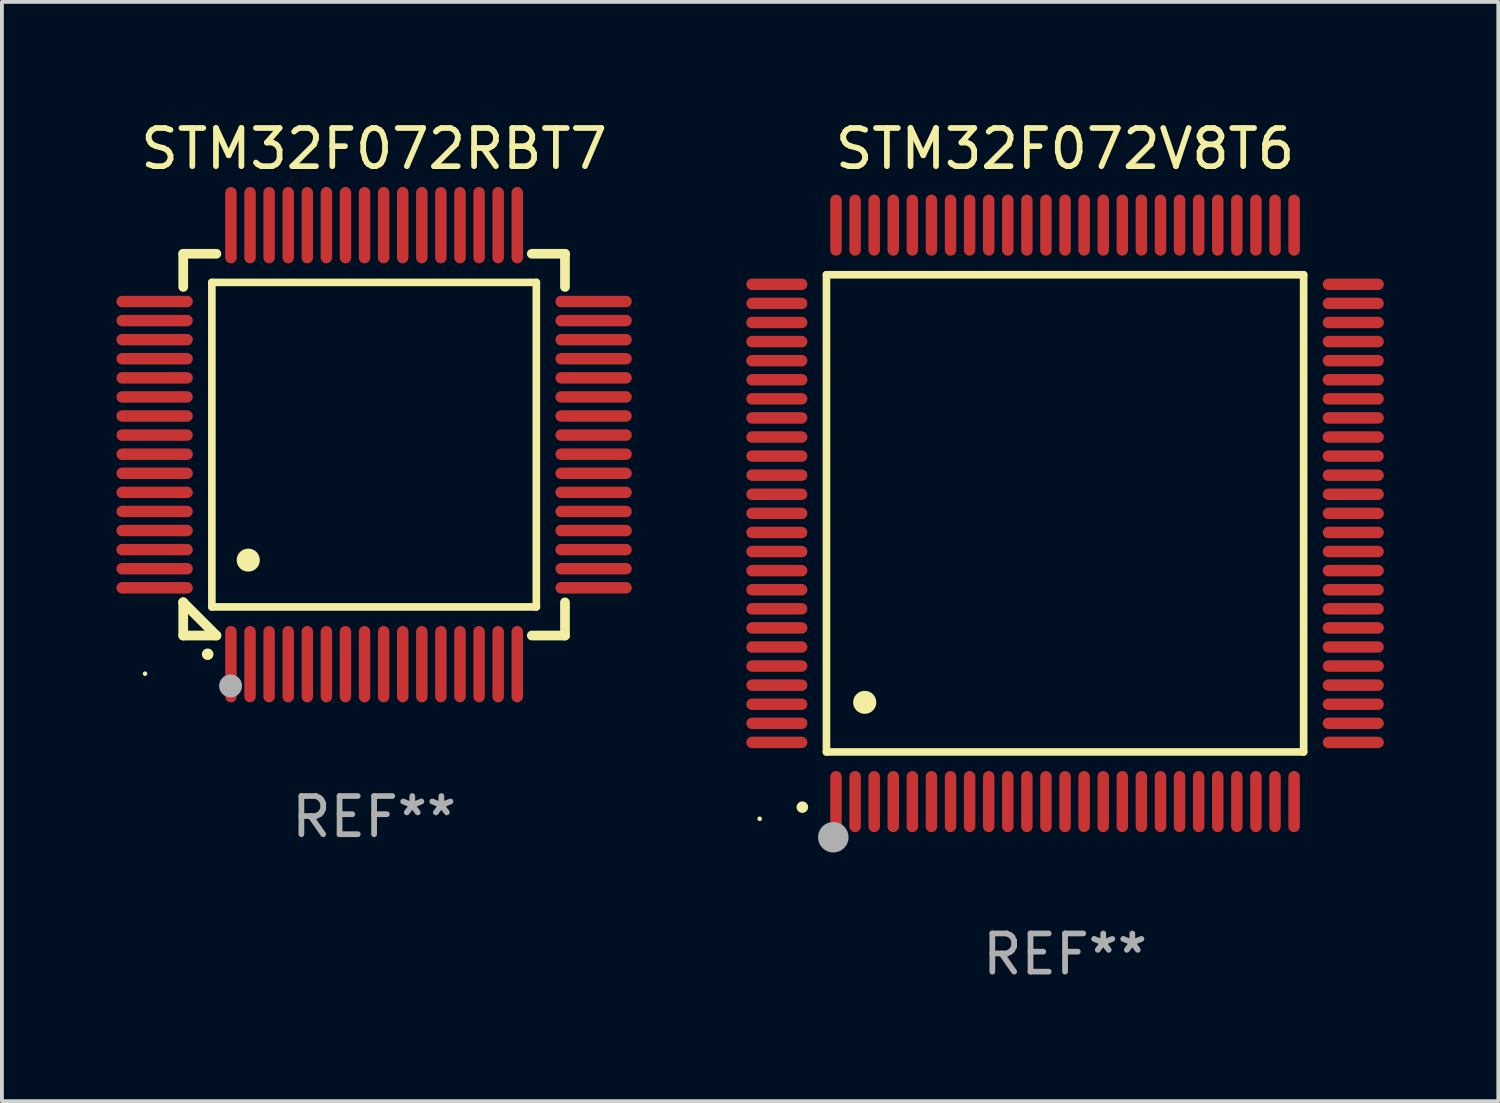
<source format=kicad_pcb>
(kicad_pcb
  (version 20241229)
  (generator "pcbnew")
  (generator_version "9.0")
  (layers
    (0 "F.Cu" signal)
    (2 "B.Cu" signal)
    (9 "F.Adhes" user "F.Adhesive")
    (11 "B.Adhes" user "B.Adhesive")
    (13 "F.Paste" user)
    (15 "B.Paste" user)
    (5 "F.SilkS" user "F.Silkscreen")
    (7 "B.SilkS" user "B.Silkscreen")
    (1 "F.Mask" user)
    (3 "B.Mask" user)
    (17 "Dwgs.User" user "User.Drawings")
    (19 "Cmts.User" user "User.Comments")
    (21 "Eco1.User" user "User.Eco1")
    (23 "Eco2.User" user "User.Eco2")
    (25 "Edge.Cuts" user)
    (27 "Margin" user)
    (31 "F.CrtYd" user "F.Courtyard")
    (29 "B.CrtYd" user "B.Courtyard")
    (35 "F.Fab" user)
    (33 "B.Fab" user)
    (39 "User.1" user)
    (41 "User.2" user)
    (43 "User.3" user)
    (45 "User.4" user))
  (footprint "STM32F072RBT7"
    (layer "F.Cu")
    (at 6.75 8.598)
    (property "Reference" "STM32F072RBT7" (at 0 -7.75 0) (layer "F.SilkS") (effects (font (size 1 1) (thickness 0.15))))
    (attr through_hole)
    (fp_line (start -5 -5) (end -4.131 -5) (stroke (width 0.254) (type solid)) (layer "F.SilkS"))
    (fp_line (start -5 -4.131) (end -5 -5) (stroke (width 0.254) (type solid)) (layer "F.SilkS"))
    (fp_line (start -5 4.131) (end -5 4.131) (stroke (width 0.254) (type solid)) (layer "F.SilkS"))
    (fp_line (start -5 5) (end -5 4.131) (stroke (width 0.254) (type solid)) (layer "F.SilkS"))
    (fp_line (start -5 4.131) (end -4.131 5) (stroke (width 0.254) (type solid)) (layer "F.SilkS"))
    (fp_line (start -4.25 -4.25) (end -4.25 4.25) (stroke (width 0.2) (type solid)) (layer "F.SilkS"))
    (fp_line (start -4.25 4.25) (end 4.25 4.25) (stroke (width 0.2) (type solid)) (layer "F.SilkS"))
    (fp_line (start -4.131 5) (end -5 5) (stroke (width 0.254) (type solid)) (layer "F.SilkS"))
    (fp_line (start 4.25 -4.25) (end -4.25 -4.25) (stroke (width 0.2) (type solid)) (layer "F.SilkS"))
    (fp_line (start 4.25 4.25) (end 4.25 -4.25) (stroke (width 0.2) (type solid)) (layer "F.SilkS"))
    (fp_line (start 5 -5) (end 4.131 -5) (stroke (width 0.254) (type solid)) (layer "F.SilkS"))
    (fp_line (start 5 -5) (end 5 -4.131) (stroke (width 0.254) (type solid)) (layer "F.SilkS"))
    (fp_line (start 5 4.131) (end 5 5) (stroke (width 0.254) (type solid)) (layer "F.SilkS"))
    (fp_line (start 5 5) (end 4.131 5) (stroke (width 0.254) (type solid)) (layer "F.SilkS"))
    (fp_arc (start -4.361265 5.489992) (mid -4.359995 5.489987) (end -4.358725 5.489992) (stroke (width 0.3) (type solid)) (layer "F.SilkS"))
    (fp_arc (start -3.299467 3.025146) (mid -3.296927 3.025135) (end -3.294387 3.025146) (stroke (width 0.6) (type solid)) (layer "F.SilkS"))
    (fp_circle (center -6 6) (end -5.97 6) (stroke (width 0.06) (type solid)) (fill no) (layer "F.SilkS"))
    (fp_circle (center -3.76 6.32) (end -3.61 6.32) (stroke (width 0.3) (type solid)) (fill no) (layer "F.Fab"))
    (fp_text user "REF**" (at 0 9.75 0) (layer "F.Fab") (effects (font (size 1 1) (thickness 0.15))))
    (pad "1" smd oval (at -3.75 5.75) (size 0.3 2) (layers "F.Cu" "F.Mask" "F.Paste"))
    (pad "2" smd oval (at -3.25 5.75) (size 0.3 2) (layers "F.Cu" "F.Mask" "F.Paste"))
    (pad "3" smd oval (at -2.75 5.75) (size 0.3 2) (layers "F.Cu" "F.Mask" "F.Paste"))
    (pad "4" smd oval (at -2.25 5.75) (size 0.3 2) (layers "F.Cu" "F.Mask" "F.Paste"))
    (pad "5" smd oval (at -1.75 5.75) (size 0.3 2) (layers "F.Cu" "F.Mask" "F.Paste"))
    (pad "6" smd oval (at -1.25 5.75) (size 0.3 2) (layers "F.Cu" "F.Mask" "F.Paste"))
    (pad "7" smd oval (at -0.75 5.75) (size 0.3 2) (layers "F.Cu" "F.Mask" "F.Paste"))
    (pad "8" smd oval (at -0.25 5.75) (size 0.3 2) (layers "F.Cu" "F.Mask" "F.Paste"))
    (pad "9" smd oval (at 0.25 5.75) (size 0.3 2) (layers "F.Cu" "F.Mask" "F.Paste"))
    (pad "10" smd oval (at 0.75 5.75) (size 0.3 2) (layers "F.Cu" "F.Mask" "F.Paste"))
    (pad "11" smd oval (at 1.25 5.75) (size 0.3 2) (layers "F.Cu" "F.Mask" "F.Paste"))
    (pad "12" smd oval (at 1.75 5.75) (size 0.3 2) (layers "F.Cu" "F.Mask" "F.Paste"))
    (pad "13" smd oval (at 2.25 5.75) (size 0.3 2) (layers "F.Cu" "F.Mask" "F.Paste"))
    (pad "14" smd oval (at 2.75 5.75) (size 0.3 2) (layers "F.Cu" "F.Mask" "F.Paste"))
    (pad "15" smd oval (at 3.25 5.75) (size 0.3 2) (layers "F.Cu" "F.Mask" "F.Paste"))
    (pad "16" smd oval (at 3.75 5.75) (size 0.3 2) (layers "F.Cu" "F.Mask" "F.Paste"))
    (pad "17" smd oval (at 5.75 3.75) (size 2 0.3) (layers "F.Cu" "F.Mask" "F.Paste"))
    (pad "18" smd oval (at 5.75 3.25) (size 2 0.3) (layers "F.Cu" "F.Mask" "F.Paste"))
    (pad "19" smd oval (at 5.75 2.75) (size 2 0.3) (layers "F.Cu" "F.Mask" "F.Paste"))
    (pad "20" smd oval (at 5.75 2.25) (size 2 0.3) (layers "F.Cu" "F.Mask" "F.Paste"))
    (pad "21" smd oval (at 5.75 1.75) (size 2 0.3) (layers "F.Cu" "F.Mask" "F.Paste"))
    (pad "22" smd oval (at 5.75 1.25) (size 2 0.3) (layers "F.Cu" "F.Mask" "F.Paste"))
    (pad "23" smd oval (at 5.75 0.75) (size 2 0.3) (layers "F.Cu" "F.Mask" "F.Paste"))
    (pad "24" smd oval (at 5.75 0.25) (size 2 0.3) (layers "F.Cu" "F.Mask" "F.Paste"))
    (pad "25" smd oval (at 5.75 -0.25) (size 2 0.3) (layers "F.Cu" "F.Mask" "F.Paste"))
    (pad "26" smd oval (at 5.75 -0.75) (size 2 0.3) (layers "F.Cu" "F.Mask" "F.Paste"))
    (pad "27" smd oval (at 5.75 -1.25) (size 2 0.3) (layers "F.Cu" "F.Mask" "F.Paste"))
    (pad "28" smd oval (at 5.75 -1.75) (size 2 0.3) (layers "F.Cu" "F.Mask" "F.Paste"))
    (pad "29" smd oval (at 5.75 -2.25) (size 2 0.3) (layers "F.Cu" "F.Mask" "F.Paste"))
    (pad "30" smd oval (at 5.75 -2.75) (size 2 0.3) (layers "F.Cu" "F.Mask" "F.Paste"))
    (pad "31" smd oval (at 5.75 -3.25) (size 2 0.3) (layers "F.Cu" "F.Mask" "F.Paste"))
    (pad "32" smd oval (at 5.75 -3.75) (size 2 0.3) (layers "F.Cu" "F.Mask" "F.Paste"))
    (pad "33" smd oval (at 3.75 -5.75) (size 0.3 2) (layers "F.Cu" "F.Mask" "F.Paste"))
    (pad "34" smd oval (at 3.25 -5.75) (size 0.3 2) (layers "F.Cu" "F.Mask" "F.Paste"))
    (pad "35" smd oval (at 2.75 -5.75) (size 0.3 2) (layers "F.Cu" "F.Mask" "F.Paste"))
    (pad "36" smd oval (at 2.25 -5.75) (size 0.3 2) (layers "F.Cu" "F.Mask" "F.Paste"))
    (pad "37" smd oval (at 1.75 -5.75) (size 0.3 2) (layers "F.Cu" "F.Mask" "F.Paste"))
    (pad "38" smd oval (at 1.25 -5.75) (size 0.3 2) (layers "F.Cu" "F.Mask" "F.Paste"))
    (pad "39" smd oval (at 0.75 -5.75) (size 0.3 2) (layers "F.Cu" "F.Mask" "F.Paste"))
    (pad "40" smd oval (at 0.25 -5.75) (size 0.3 2) (layers "F.Cu" "F.Mask" "F.Paste"))
    (pad "41" smd oval (at -0.25 -5.75) (size 0.3 2) (layers "F.Cu" "F.Mask" "F.Paste"))
    (pad "42" smd oval (at -0.75 -5.75) (size 0.3 2) (layers "F.Cu" "F.Mask" "F.Paste"))
    (pad "43" smd oval (at -1.25 -5.75) (size 0.3 2) (layers "F.Cu" "F.Mask" "F.Paste"))
    (pad "44" smd oval (at -1.75 -5.75) (size 0.3 2) (layers "F.Cu" "F.Mask" "F.Paste"))
    (pad "45" smd oval (at -2.25 -5.75) (size 0.3 2) (layers "F.Cu" "F.Mask" "F.Paste"))
    (pad "46" smd oval (at -2.75 -5.75) (size 0.3 2) (layers "F.Cu" "F.Mask" "F.Paste"))
    (pad "47" smd oval (at -3.25 -5.75) (size 0.3 2) (layers "F.Cu" "F.Mask" "F.Paste"))
    (pad "48" smd oval (at -3.75 -5.75) (size 0.3 2) (layers "F.Cu" "F.Mask" "F.Paste"))
    (pad "49" smd oval (at -5.75 -3.75) (size 2 0.3) (layers "F.Cu" "F.Mask" "F.Paste"))
    (pad "50" smd oval (at -5.75 -3.25) (size 2 0.3) (layers "F.Cu" "F.Mask" "F.Paste"))
    (pad "51" smd oval (at -5.75 -2.75) (size 2 0.3) (layers "F.Cu" "F.Mask" "F.Paste"))
    (pad "52" smd oval (at -5.75 -2.25) (size 2 0.3) (layers "F.Cu" "F.Mask" "F.Paste"))
    (pad "53" smd oval (at -5.75 -1.75) (size 2 0.3) (layers "F.Cu" "F.Mask" "F.Paste"))
    (pad "54" smd oval (at -5.75 -1.25) (size 2 0.3) (layers "F.Cu" "F.Mask" "F.Paste"))
    (pad "55" smd oval (at -5.75 -0.75) (size 2 0.3) (layers "F.Cu" "F.Mask" "F.Paste"))
    (pad "56" smd oval (at -5.75 -0.25) (size 2 0.3) (layers "F.Cu" "F.Mask" "F.Paste"))
    (pad "57" smd oval (at -5.75 0.25) (size 2 0.3) (layers "F.Cu" "F.Mask" "F.Paste"))
    (pad "58" smd oval (at -5.75 0.75) (size 2 0.3) (layers "F.Cu" "F.Mask" "F.Paste"))
    (pad "59" smd oval (at -5.75 1.25) (size 2 0.3) (layers "F.Cu" "F.Mask" "F.Paste"))
    (pad "60" smd oval (at -5.75 1.75) (size 2 0.3) (layers "F.Cu" "F.Mask" "F.Paste"))
    (pad "61" smd oval (at -5.75 2.25) (size 2 0.3) (layers "F.Cu" "F.Mask" "F.Paste"))
    (pad "62" smd oval (at -5.75 2.75) (size 2 0.3) (layers "F.Cu" "F.Mask" "F.Paste"))
    (pad "63" smd oval (at -5.75 3.25) (size 2 0.3) (layers "F.Cu" "F.Mask" "F.Paste"))
    (pad "64" smd oval (at -5.75 3.75) (size 2 0.3) (layers "F.Cu" "F.Mask" "F.Paste")))
  (footprint "STM32F072V8T6"
    (layer "F.Cu")
    (at 24.85 10.398)
    (property "Reference" "STM32F072V8T6" (at 0 -9.55 0) (layer "F.SilkS") (effects (font (size 1 1) (thickness 0.15))))
    (attr through_hole)
    (fp_line (start -6.25 -6.25) (end -6.25 6.25) (stroke (width 0.2) (type solid)) (layer "F.SilkS"))
    (fp_line (start -6.25 6.25) (end 6.25 6.25) (stroke (width 0.2) (type solid)) (layer "F.SilkS"))
    (fp_line (start 6.25 -6.25) (end -6.25 -6.25) (stroke (width 0.2) (type solid)) (layer "F.SilkS"))
    (fp_line (start 6.25 6.25) (end 6.25 -6.25) (stroke (width 0.2) (type solid)) (layer "F.SilkS"))
    (fp_arc (start -6.883414 7.696215) (mid -6.882144 7.69621) (end -6.880874 7.696215) (stroke (width 0.3) (type solid)) (layer "F.SilkS"))
    (fp_arc (start -5.250191 4.95047) (mid -5.247651 4.950459) (end -5.245111 4.95047) (stroke (width 0.6) (type solid)) (layer "F.SilkS"))
    (fp_circle (center -8 8) (end -7.97 8) (stroke (width 0.06) (type solid)) (fill no) (layer "F.SilkS"))
    (fp_circle (center -6.071 8.484) (end -5.871 8.484) (stroke (width 0.4) (type solid)) (fill no) (layer "F.Fab"))
    (fp_text user "REF**" (at 0 11.55 0) (layer "F.Fab") (effects (font (size 1 1) (thickness 0.15))))
    (pad "1" smd oval (at -6 7.55) (size 0.3 1.6) (layers "F.Cu" "F.Mask" "F.Paste"))
    (pad "2" smd oval (at -5.5 7.55) (size 0.3 1.6) (layers "F.Cu" "F.Mask" "F.Paste"))
    (pad "3" smd oval (at -5 7.55) (size 0.3 1.6) (layers "F.Cu" "F.Mask" "F.Paste"))
    (pad "4" smd oval (at -4.5 7.55) (size 0.3 1.6) (layers "F.Cu" "F.Mask" "F.Paste"))
    (pad "5" smd oval (at -4 7.55) (size 0.3 1.6) (layers "F.Cu" "F.Mask" "F.Paste"))
    (pad "6" smd oval (at -3.5 7.55) (size 0.3 1.6) (layers "F.Cu" "F.Mask" "F.Paste"))
    (pad "7" smd oval (at -3 7.55) (size 0.3 1.6) (layers "F.Cu" "F.Mask" "F.Paste"))
    (pad "8" smd oval (at -2.5 7.55) (size 0.3 1.6) (layers "F.Cu" "F.Mask" "F.Paste"))
    (pad "9" smd oval (at -2 7.55) (size 0.3 1.6) (layers "F.Cu" "F.Mask" "F.Paste"))
    (pad "10" smd oval (at -1.5 7.55) (size 0.3 1.6) (layers "F.Cu" "F.Mask" "F.Paste"))
    (pad "11" smd oval (at -1 7.55) (size 0.3 1.6) (layers "F.Cu" "F.Mask" "F.Paste"))
    (pad "12" smd oval (at -0.5 7.55) (size 0.3 1.6) (layers "F.Cu" "F.Mask" "F.Paste"))
    (pad "13" smd oval (at 0 7.55) (size 0.3 1.6) (layers "F.Cu" "F.Mask" "F.Paste"))
    (pad "14" smd oval (at 0.5 7.55) (size 0.3 1.6) (layers "F.Cu" "F.Mask" "F.Paste"))
    (pad "15" smd oval (at 1 7.55) (size 0.3 1.6) (layers "F.Cu" "F.Mask" "F.Paste"))
    (pad "16" smd oval (at 1.5 7.55) (size 0.3 1.6) (layers "F.Cu" "F.Mask" "F.Paste"))
    (pad "17" smd oval (at 2 7.55) (size 0.3 1.6) (layers "F.Cu" "F.Mask" "F.Paste"))
    (pad "18" smd oval (at 2.5 7.55) (size 0.3 1.6) (layers "F.Cu" "F.Mask" "F.Paste"))
    (pad "19" smd oval (at 3 7.55) (size 0.3 1.6) (layers "F.Cu" "F.Mask" "F.Paste"))
    (pad "20" smd oval (at 3.5 7.55) (size 0.3 1.6) (layers "F.Cu" "F.Mask" "F.Paste"))
    (pad "21" smd oval (at 4 7.55) (size 0.3 1.6) (layers "F.Cu" "F.Mask" "F.Paste"))
    (pad "22" smd oval (at 4.5 7.55) (size 0.3 1.6) (layers "F.Cu" "F.Mask" "F.Paste"))
    (pad "23" smd oval (at 5 7.55) (size 0.3 1.6) (layers "F.Cu" "F.Mask" "F.Paste"))
    (pad "24" smd oval (at 5.5 7.55) (size 0.3 1.6) (layers "F.Cu" "F.Mask" "F.Paste"))
    (pad "25" smd oval (at 6 7.55) (size 0.3 1.6) (layers "F.Cu" "F.Mask" "F.Paste"))
    (pad "26" smd oval (at 7.55 6) (size 1.6 0.3) (layers "F.Cu" "F.Mask" "F.Paste"))
    (pad "27" smd oval (at 7.55 5.5) (size 1.6 0.3) (layers "F.Cu" "F.Mask" "F.Paste"))
    (pad "28" smd oval (at 7.55 5) (size 1.6 0.3) (layers "F.Cu" "F.Mask" "F.Paste"))
    (pad "29" smd oval (at 7.55 4.5) (size 1.6 0.3) (layers "F.Cu" "F.Mask" "F.Paste"))
    (pad "30" smd oval (at 7.55 4) (size 1.6 0.3) (layers "F.Cu" "F.Mask" "F.Paste"))
    (pad "31" smd oval (at 7.55 3.5) (size 1.6 0.3) (layers "F.Cu" "F.Mask" "F.Paste"))
    (pad "32" smd oval (at 7.55 3) (size 1.6 0.3) (layers "F.Cu" "F.Mask" "F.Paste"))
    (pad "33" smd oval (at 7.55 2.5) (size 1.6 0.3) (layers "F.Cu" "F.Mask" "F.Paste"))
    (pad "34" smd oval (at 7.55 2) (size 1.6 0.3) (layers "F.Cu" "F.Mask" "F.Paste"))
    (pad "35" smd oval (at 7.55 1.5) (size 1.6 0.3) (layers "F.Cu" "F.Mask" "F.Paste"))
    (pad "36" smd oval (at 7.55 1) (size 1.6 0.3) (layers "F.Cu" "F.Mask" "F.Paste"))
    (pad "37" smd oval (at 7.55 0.5) (size 1.6 0.3) (layers "F.Cu" "F.Mask" "F.Paste"))
    (pad "38" smd oval (at 7.55 0) (size 1.6 0.3) (layers "F.Cu" "F.Mask" "F.Paste"))
    (pad "39" smd oval (at 7.55 -0.5) (size 1.6 0.3) (layers "F.Cu" "F.Mask" "F.Paste"))
    (pad "40" smd oval (at 7.55 -1) (size 1.6 0.3) (layers "F.Cu" "F.Mask" "F.Paste"))
    (pad "41" smd oval (at 7.55 -1.5) (size 1.6 0.3) (layers "F.Cu" "F.Mask" "F.Paste"))
    (pad "42" smd oval (at 7.55 -2) (size 1.6 0.3) (layers "F.Cu" "F.Mask" "F.Paste"))
    (pad "43" smd oval (at 7.55 -2.5) (size 1.6 0.3) (layers "F.Cu" "F.Mask" "F.Paste"))
    (pad "44" smd oval (at 7.55 -3) (size 1.6 0.3) (layers "F.Cu" "F.Mask" "F.Paste"))
    (pad "45" smd oval (at 7.55 -3.5) (size 1.6 0.3) (layers "F.Cu" "F.Mask" "F.Paste"))
    (pad "46" smd oval (at 7.55 -4) (size 1.6 0.3) (layers "F.Cu" "F.Mask" "F.Paste"))
    (pad "47" smd oval (at 7.55 -4.5) (size 1.6 0.3) (layers "F.Cu" "F.Mask" "F.Paste"))
    (pad "48" smd oval (at 7.55 -5) (size 1.6 0.3) (layers "F.Cu" "F.Mask" "F.Paste"))
    (pad "49" smd oval (at 7.55 -5.5) (size 1.6 0.3) (layers "F.Cu" "F.Mask" "F.Paste"))
    (pad "50" smd oval (at 7.55 -6) (size 1.6 0.3) (layers "F.Cu" "F.Mask" "F.Paste"))
    (pad "51" smd oval (at 6 -7.55) (size 0.3 1.6) (layers "F.Cu" "F.Mask" "F.Paste"))
    (pad "52" smd oval (at 5.5 -7.55) (size 0.3 1.6) (layers "F.Cu" "F.Mask" "F.Paste"))
    (pad "53" smd oval (at 5 -7.55) (size 0.3 1.6) (layers "F.Cu" "F.Mask" "F.Paste"))
    (pad "54" smd oval (at 4.5 -7.55) (size 0.3 1.6) (layers "F.Cu" "F.Mask" "F.Paste"))
    (pad "55" smd oval (at 4 -7.55) (size 0.3 1.6) (layers "F.Cu" "F.Mask" "F.Paste"))
    (pad "56" smd oval (at 3.5 -7.55) (size 0.3 1.6) (layers "F.Cu" "F.Mask" "F.Paste"))
    (pad "57" smd oval (at 3 -7.55) (size 0.3 1.6) (layers "F.Cu" "F.Mask" "F.Paste"))
    (pad "58" smd oval (at 2.5 -7.55) (size 0.3 1.6) (layers "F.Cu" "F.Mask" "F.Paste"))
    (pad "59" smd oval (at 2 -7.55) (size 0.3 1.6) (layers "F.Cu" "F.Mask" "F.Paste"))
    (pad "60" smd oval (at 1.5 -7.55) (size 0.3 1.6) (layers "F.Cu" "F.Mask" "F.Paste"))
    (pad "61" smd oval (at 1 -7.55) (size 0.3 1.6) (layers "F.Cu" "F.Mask" "F.Paste"))
    (pad "62" smd oval (at 0.5 -7.55) (size 0.3 1.6) (layers "F.Cu" "F.Mask" "F.Paste"))
    (pad "63" smd oval (at 0 -7.55) (size 0.3 1.6) (layers "F.Cu" "F.Mask" "F.Paste"))
    (pad "64" smd oval (at -0.5 -7.55) (size 0.3 1.6) (layers "F.Cu" "F.Mask" "F.Paste"))
    (pad "65" smd oval (at -1 -7.55) (size 0.3 1.6) (layers "F.Cu" "F.Mask" "F.Paste"))
    (pad "66" smd oval (at -1.5 -7.55) (size 0.3 1.6) (layers "F.Cu" "F.Mask" "F.Paste"))
    (pad "67" smd oval (at -2 -7.55) (size 0.3 1.6) (layers "F.Cu" "F.Mask" "F.Paste"))
    (pad "68" smd oval (at -2.5 -7.55) (size 0.3 1.6) (layers "F.Cu" "F.Mask" "F.Paste"))
    (pad "69" smd oval (at -3 -7.55) (size 0.3 1.6) (layers "F.Cu" "F.Mask" "F.Paste"))
    (pad "70" smd oval (at -3.5 -7.55) (size 0.3 1.6) (layers "F.Cu" "F.Mask" "F.Paste"))
    (pad "71" smd oval (at -4 -7.55) (size 0.3 1.6) (layers "F.Cu" "F.Mask" "F.Paste"))
    (pad "72" smd oval (at -4.5 -7.55) (size 0.3 1.6) (layers "F.Cu" "F.Mask" "F.Paste"))
    (pad "73" smd oval (at -5 -7.55) (size 0.3 1.6) (layers "F.Cu" "F.Mask" "F.Paste"))
    (pad "74" smd oval (at -5.5 -7.55) (size 0.3 1.6) (layers "F.Cu" "F.Mask" "F.Paste"))
    (pad "75" smd oval (at -6 -7.55) (size 0.3 1.6) (layers "F.Cu" "F.Mask" "F.Paste"))
    (pad "76" smd oval (at -7.55 -6) (size 1.6 0.3) (layers "F.Cu" "F.Mask" "F.Paste"))
    (pad "77" smd oval (at -7.55 -5.5) (size 1.6 0.3) (layers "F.Cu" "F.Mask" "F.Paste"))
    (pad "78" smd oval (at -7.55 -5) (size 1.6 0.3) (layers "F.Cu" "F.Mask" "F.Paste"))
    (pad "79" smd oval (at -7.55 -4.5) (size 1.6 0.3) (layers "F.Cu" "F.Mask" "F.Paste"))
    (pad "80" smd oval (at -7.55 -4) (size 1.6 0.3) (layers "F.Cu" "F.Mask" "F.Paste"))
    (pad "81" smd oval (at -7.55 -3.5) (size 1.6 0.3) (layers "F.Cu" "F.Mask" "F.Paste"))
    (pad "82" smd oval (at -7.55 -3) (size 1.6 0.3) (layers "F.Cu" "F.Mask" "F.Paste"))
    (pad "83" smd oval (at -7.55 -2.5) (size 1.6 0.3) (layers "F.Cu" "F.Mask" "F.Paste"))
    (pad "84" smd oval (at -7.55 -2) (size 1.6 0.3) (layers "F.Cu" "F.Mask" "F.Paste"))
    (pad "85" smd oval (at -7.55 -1.5) (size 1.6 0.3) (layers "F.Cu" "F.Mask" "F.Paste"))
    (pad "86" smd oval (at -7.55 -1) (size 1.6 0.3) (layers "F.Cu" "F.Mask" "F.Paste"))
    (pad "87" smd oval (at -7.55 -0.5) (size 1.6 0.3) (layers "F.Cu" "F.Mask" "F.Paste"))
    (pad "88" smd oval (at -7.55 0) (size 1.6 0.3) (layers "F.Cu" "F.Mask" "F.Paste"))
    (pad "89" smd oval (at -7.55 0.5) (size 1.6 0.3) (layers "F.Cu" "F.Mask" "F.Paste"))
    (pad "90" smd oval (at -7.55 1) (size 1.6 0.3) (layers "F.Cu" "F.Mask" "F.Paste"))
    (pad "91" smd oval (at -7.55 1.5) (size 1.6 0.3) (layers "F.Cu" "F.Mask" "F.Paste"))
    (pad "92" smd oval (at -7.55 2) (size 1.6 0.3) (layers "F.Cu" "F.Mask" "F.Paste"))
    (pad "93" smd oval (at -7.55 2.5) (size 1.6 0.3) (layers "F.Cu" "F.Mask" "F.Paste"))
    (pad "94" smd oval (at -7.55 3) (size 1.6 0.3) (layers "F.Cu" "F.Mask" "F.Paste"))
    (pad "95" smd oval (at -7.55 3.5) (size 1.6 0.3) (layers "F.Cu" "F.Mask" "F.Paste"))
    (pad "96" smd oval (at -7.55 4) (size 1.6 0.3) (layers "F.Cu" "F.Mask" "F.Paste"))
    (pad "97" smd oval (at -7.55 4.5) (size 1.6 0.3) (layers "F.Cu" "F.Mask" "F.Paste"))
    (pad "98" smd oval (at -7.55 5) (size 1.6 0.3) (layers "F.Cu" "F.Mask" "F.Paste"))
    (pad "99" smd oval (at -7.55 5.5) (size 1.6 0.3) (layers "F.Cu" "F.Mask" "F.Paste"))
    (pad "100" smd oval (at -7.55 6) (size 1.6 0.3) (layers "F.Cu" "F.Mask" "F.Paste")))
  (gr_rect
    (start -3 -3)
    (end 36.199 25.796)
    (stroke (width 0.1) (type default))
    (fill no)
    (layer "Edge.Cuts")))
</source>
